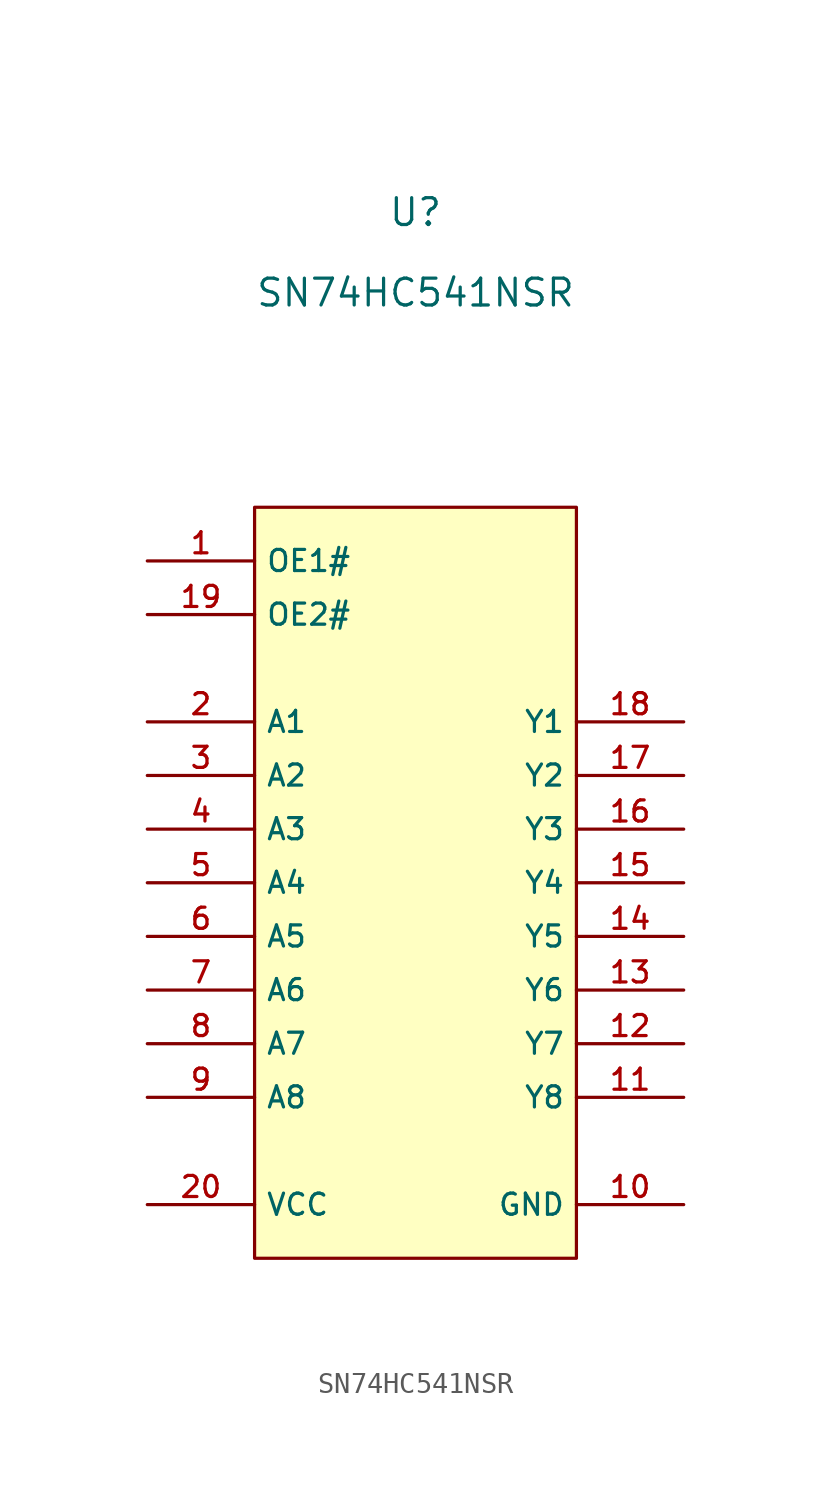
<source format=kicad_sym>
(kicad_symbol_lib
  (version 20211014)
  (generator kicad_symbol_editor)
  (symbol "SN74HC541NSR"
    (property "Reference" "U"
      (at 0 1.27 0)
      (effects (font (size 1.27 1.27))))
    (property "Value" "SN74HC541NSR"
      (at 0 -2.54 0)
      (effects (font (size 1.27 1.27))))
    (symbol "SN74HC541NSR_0_0"
      (rectangle (start -7.62 -12.7) (end 7.62 -48.26) (stroke (width 0) (type default) (color 0 0 0 0)) (fill (type background)))
      (pin input line (at -12.7 -15.24 0) (length 5.08) (name "OE1#" (effects (font (size 1 1)))) (number "1" (effects (font (size 1 1)))))
      (pin power_in line (at 12.7 -45.72 180) (length 5.08) (name "GND" (effects (font (size 1 1)))) (number "10" (effects (font (size 1 1)))))
      (pin output line (at 12.7 -40.64 180) (length 5.08) (name "Y8" (effects (font (size 1 1)))) (number "11" (effects (font (size 1 1)))))
      (pin output line (at 12.7 -38.1 180) (length 5.08) (name "Y7" (effects (font (size 1 1)))) (number "12" (effects (font (size 1 1)))))
      (pin output line (at 12.7 -35.56 180) (length 5.08) (name "Y6" (effects (font (size 1 1)))) (number "13" (effects (font (size 1 1)))))
      (pin output line (at 12.7 -33.02 180) (length 5.08) (name "Y5" (effects (font (size 1 1)))) (number "14" (effects (font (size 1 1)))))
      (pin output line (at 12.7 -30.48 180) (length 5.08) (name "Y4" (effects (font (size 1 1)))) (number "15" (effects (font (size 1 1)))))
      (pin output line (at 12.7 -27.94 180) (length 5.08) (name "Y3" (effects (font (size 1 1)))) (number "16" (effects (font (size 1 1)))))
      (pin output line (at 12.7 -25.4 180) (length 5.08) (name "Y2" (effects (font (size 1 1)))) (number "17" (effects (font (size 1 1)))))
      (pin output line (at 12.7 -22.86 180) (length 5.08) (name "Y1" (effects (font (size 1 1)))) (number "18" (effects (font (size 1 1)))))
      (pin input line (at -12.7 -17.78 0) (length 5.08) (name "OE2#" (effects (font (size 1 1)))) (number "19" (effects (font (size 1 1)))))
      (pin input line (at -12.7 -22.86 0) (length 5.08) (name "A1" (effects (font (size 1 1)))) (number "2" (effects (font (size 1 1)))))
      (pin power_in line (at -12.7 -45.72 0) (length 5.08) (name "VCC" (effects (font (size 1 1)))) (number "20" (effects (font (size 1 1)))))
      (pin input line (at -12.7 -25.4 0) (length 5.08) (name "A2" (effects (font (size 1 1)))) (number "3" (effects (font (size 1 1)))))
      (pin input line (at -12.7 -27.94 0) (length 5.08) (name "A3" (effects (font (size 1 1)))) (number "4" (effects (font (size 1 1)))))
      (pin input line (at -12.7 -30.48 0) (length 5.08) (name "A4" (effects (font (size 1 1)))) (number "5" (effects (font (size 1 1)))))
      (pin input line (at -12.7 -33.02 0) (length 5.08) (name "A5" (effects (font (size 1 1)))) (number "6" (effects (font (size 1 1)))))
      (pin input line (at -12.7 -35.56 0) (length 5.08) (name "A6" (effects (font (size 1 1)))) (number "7" (effects (font (size 1 1)))))
      (pin input line (at -12.7 -38.1 0) (length 5.08) (name "A7" (effects (font (size 1 1)))) (number "8" (effects (font (size 1 1)))))
      (pin input line (at -12.7 -40.64 0) (length 5.08) (name "A8" (effects (font (size 1 1)))) (number "9" (effects (font (size 1 1))))))))
</source>
